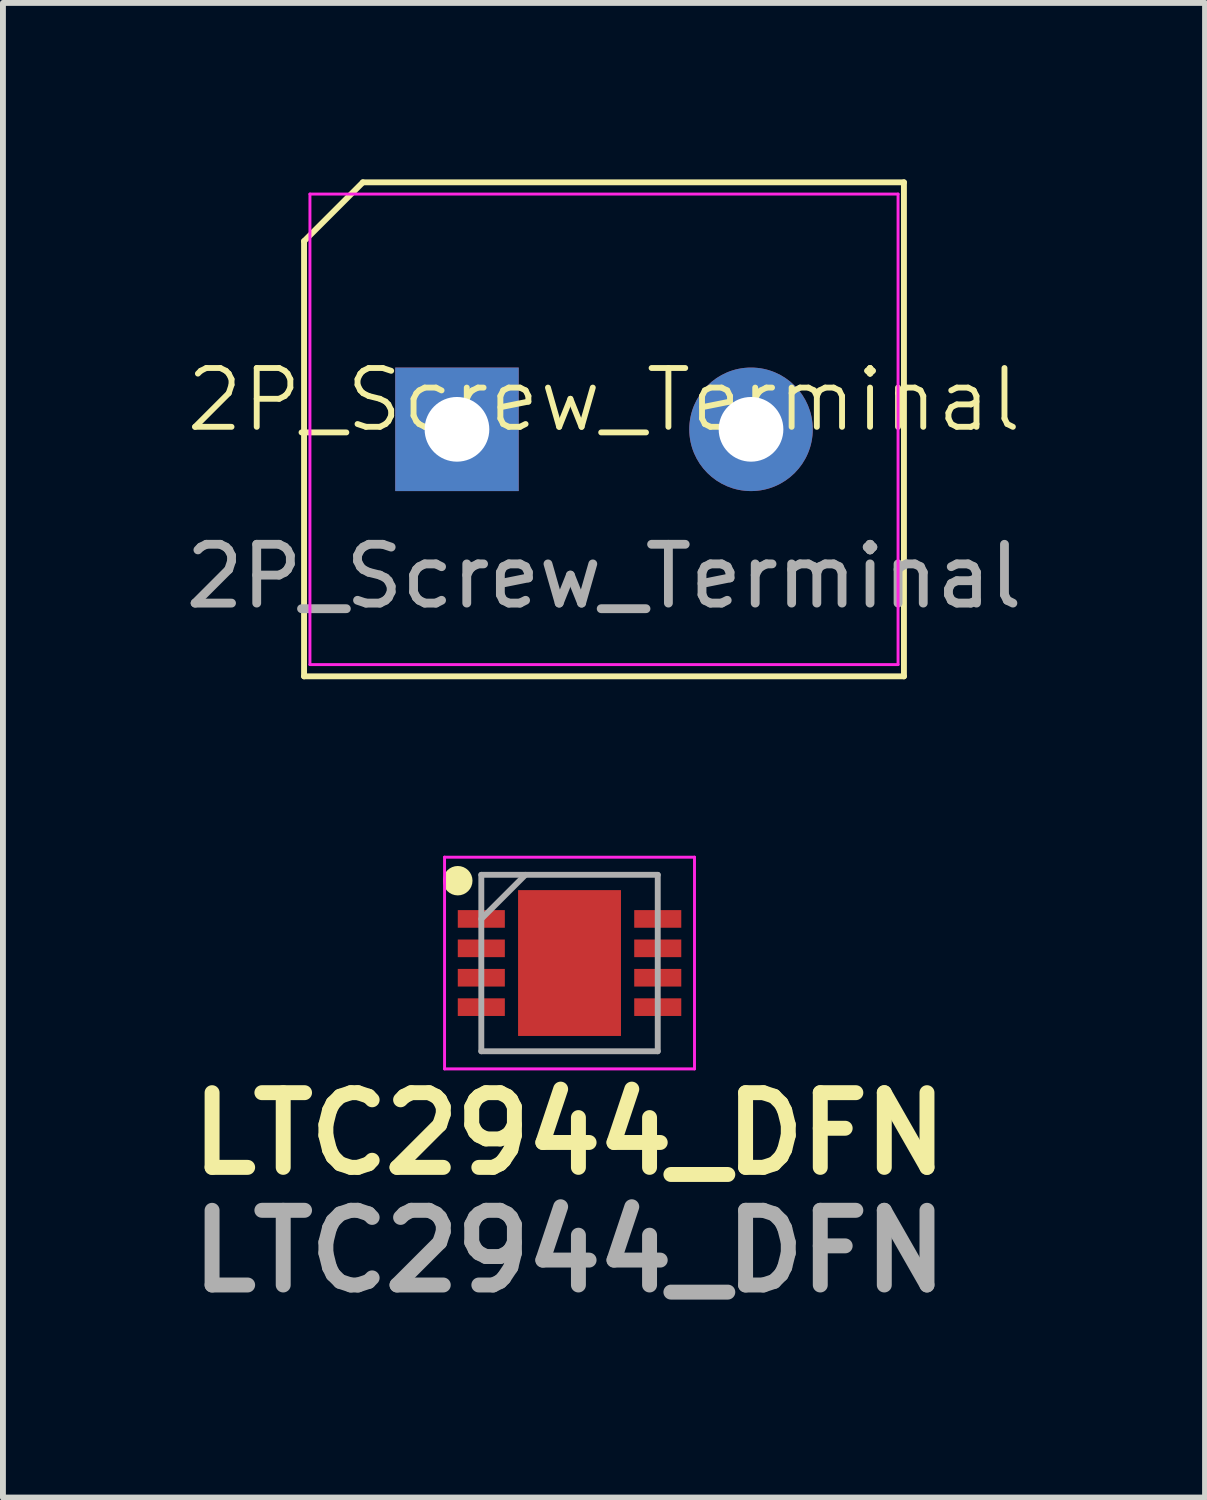
<source format=kicad_pcb>
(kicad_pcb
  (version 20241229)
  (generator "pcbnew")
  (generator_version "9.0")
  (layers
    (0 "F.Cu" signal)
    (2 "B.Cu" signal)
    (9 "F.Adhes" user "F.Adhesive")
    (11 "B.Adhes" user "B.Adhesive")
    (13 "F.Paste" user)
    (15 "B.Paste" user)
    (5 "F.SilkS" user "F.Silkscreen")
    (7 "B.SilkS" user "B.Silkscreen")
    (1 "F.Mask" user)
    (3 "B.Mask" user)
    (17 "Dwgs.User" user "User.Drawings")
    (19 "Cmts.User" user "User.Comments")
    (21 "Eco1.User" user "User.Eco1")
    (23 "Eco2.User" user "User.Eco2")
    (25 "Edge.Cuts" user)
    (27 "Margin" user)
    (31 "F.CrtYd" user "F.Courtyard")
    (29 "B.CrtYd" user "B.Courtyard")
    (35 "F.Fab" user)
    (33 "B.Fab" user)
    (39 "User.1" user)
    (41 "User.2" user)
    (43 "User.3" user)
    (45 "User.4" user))
  (footprint "LTC2944_DFN"
    (layer "F.Cu")
    (at 6.634 13.325)
    (property "Reference" "LTC2944_DFN" (at 0 2.9 0) (layer "F.SilkS") (effects (font (size 1.27 1.27) (thickness 0.254))))
    (attr smd)
    (fp_circle (center -1.9 -1.4) (end -1.9 -1.275) (stroke (width 0.25) (type solid)) (fill no) (layer "F.SilkS"))
    (fp_line (start -2.125 -1.8) (end 2.125 -1.8) (stroke (width 0.05) (type solid)) (layer "F.CrtYd"))
    (fp_line (start -2.125 1.8) (end -2.125 -1.8) (stroke (width 0.05) (type solid)) (layer "F.CrtYd"))
    (fp_line (start 2.125 -1.8) (end 2.125 1.8) (stroke (width 0.05) (type solid)) (layer "F.CrtYd"))
    (fp_line (start 2.125 1.8) (end -2.125 1.8) (stroke (width 0.05) (type solid)) (layer "F.CrtYd"))
    (fp_line (start -1.5 -1.5) (end 1.5 -1.5) (stroke (width 0.1) (type solid)) (layer "F.Fab"))
    (fp_line (start -1.5 -0.75) (end -0.75 -1.5) (stroke (width 0.1) (type solid)) (layer "F.Fab"))
    (fp_line (start -1.5 1.5) (end -1.5 -1.5) (stroke (width 0.1) (type solid)) (layer "F.Fab"))
    (fp_line (start 1.5 -1.5) (end 1.5 1.5) (stroke (width 0.1) (type solid)) (layer "F.Fab"))
    (fp_line (start 1.5 1.5) (end -1.5 1.5) (stroke (width 0.1) (type solid)) (layer "F.Fab"))
    (fp_text user "${REFERENCE}" (at 0 4.9 0) (layer "F.Fab") (effects (font (size 1.27 1.27) (thickness 0.254))))
    (pad "1" smd rect (at -1.5 -0.75 90) (size 0.3 0.8) (layers "F.Cu" "F.Mask" "F.Paste"))
    (pad "2" smd rect (at -1.5 -0.25 90) (size 0.3 0.8) (layers "F.Cu" "F.Mask" "F.Paste"))
    (pad "3" smd rect (at -1.5 0.25 90) (size 0.3 0.8) (layers "F.Cu" "F.Mask" "F.Paste"))
    (pad "4" smd rect (at -1.5 0.75 90) (size 0.3 0.8) (layers "F.Cu" "F.Mask" "F.Paste"))
    (pad "5" smd rect (at 1.5 0.75 90) (size 0.3 0.8) (layers "F.Cu" "F.Mask" "F.Paste"))
    (pad "6" smd rect (at 1.5 0.25 90) (size 0.3 0.8) (layers "F.Cu" "F.Mask" "F.Paste"))
    (pad "7" smd rect (at 1.5 -0.25 90) (size 0.3 0.8) (layers "F.Cu" "F.Mask" "F.Paste"))
    (pad "8" smd rect (at 1.5 -0.75 90) (size 0.3 0.8) (layers "F.Cu" "F.Mask" "F.Paste"))
    (pad "9" smd rect (at 0 0) (size 1.75 2.48) (layers "F.Cu" "F.Mask" "F.Paste")))
  (footprint "2P_Screw_Terminal"
    (layer "F.Cu")
    (at 7.22 4.25)
    (property "Reference" "2P_Screw_Terminal" (at 0 -0.5 0) (unlocked yes) (layer "F.SilkS") (effects (font (size 1 1) (thickness 0.1))))
    (attr through_hole)
    (fp_line (start -5.1 -3.2) (end -5.1 4.2) (stroke (width 0.1) (type default)) (layer "F.SilkS"))
    (fp_line (start -5.1 -3.2) (end -4.1 -4.2) (stroke (width 0.1) (type default)) (layer "F.SilkS"))
    (fp_line (start -5.1 4.2) (end 5.1 4.2) (stroke (width 0.1) (type default)) (layer "F.SilkS"))
    (fp_line (start 5.1 -4.2) (end -4.1 -4.2) (stroke (width 0.1) (type default)) (layer "F.SilkS"))
    (fp_line (start 5.1 4.2) (end 5.1 -4.2) (stroke (width 0.1) (type default)) (layer "F.SilkS"))
    (fp_line (start -5 -4) (end 5 -4) (stroke (width 0.05) (type default)) (layer "F.CrtYd"))
    (fp_line (start -5 4) (end -5 -4) (stroke (width 0.05) (type default)) (layer "F.CrtYd"))
    (fp_line (start 5 -4) (end 5 4) (stroke (width 0.05) (type default)) (layer "F.CrtYd"))
    (fp_line (start 5 4) (end -5 4) (stroke (width 0.05) (type default)) (layer "F.CrtYd"))
    (fp_text user "${REFERENCE}" (at 0 2.5 0) (unlocked yes) (layer "F.Fab") (effects (font (size 1 1) (thickness 0.15))))
    (pad "1" thru_hole rect (at -2.5 0) (size 2.1 2.1) (drill 1.1) (layers "*.Cu" "*.Mask"))
    (pad "2" thru_hole circle (at 2.5 0) (size 2.1 2.1) (drill 1.1) (layers "*.Cu" "*.Mask")))
  (gr_rect
    (start -3 -3)
    (end 17.44 22.414)
    (stroke (width 0.1) (type default))
    (fill no)
    (layer "Edge.Cuts")))
</source>
